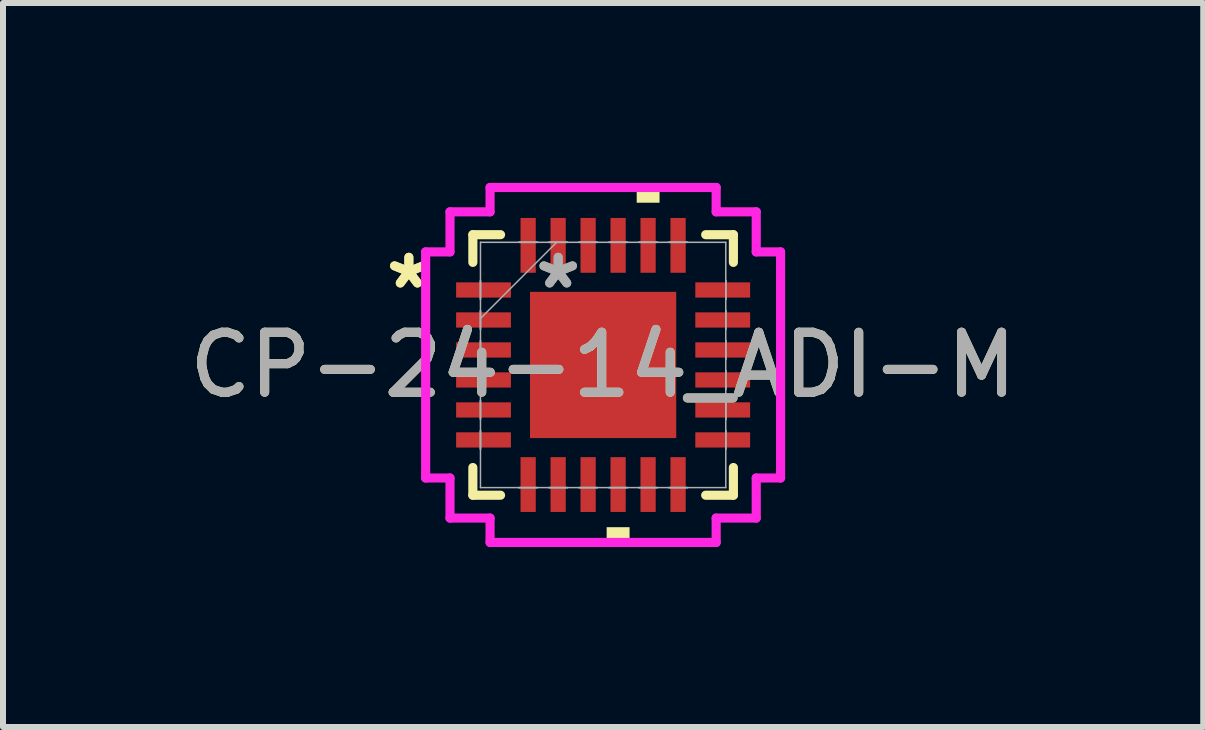
<source format=kicad_pcb>
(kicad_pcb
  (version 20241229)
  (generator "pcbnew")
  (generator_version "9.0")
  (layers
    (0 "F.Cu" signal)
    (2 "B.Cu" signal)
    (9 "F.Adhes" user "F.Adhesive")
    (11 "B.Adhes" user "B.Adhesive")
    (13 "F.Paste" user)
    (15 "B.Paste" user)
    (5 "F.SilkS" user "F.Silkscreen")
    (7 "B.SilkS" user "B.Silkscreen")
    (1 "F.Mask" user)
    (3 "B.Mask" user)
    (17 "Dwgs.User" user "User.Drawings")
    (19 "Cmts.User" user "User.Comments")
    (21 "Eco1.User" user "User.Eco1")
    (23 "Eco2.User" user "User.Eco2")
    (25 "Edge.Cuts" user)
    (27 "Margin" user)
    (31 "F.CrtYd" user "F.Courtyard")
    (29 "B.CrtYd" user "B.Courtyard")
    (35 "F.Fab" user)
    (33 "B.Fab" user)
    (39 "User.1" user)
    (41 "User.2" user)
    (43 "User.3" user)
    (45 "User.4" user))
  (footprint "CP-24-14_ADI-M"
    (layer "F.Cu")
    (at 7.006 3.035)
    (property "Reference" "CP-24-14_ADI-M" (at 0 0 0) (unlocked yes) (layer "F.SilkS") (effects (font (size 1 1) (thickness 0.15))))
    (attr smd)
    (fp_line (start -2.172 -2.172) (end -2.172 -1.71) (stroke (width 0.152) (type solid)) (layer "F.SilkS"))
    (fp_line (start -2.172 1.71) (end -2.172 2.172) (stroke (width 0.152) (type solid)) (layer "F.SilkS"))
    (fp_line (start -2.172 2.172) (end -1.71 2.172) (stroke (width 0.152) (type solid)) (layer "F.SilkS"))
    (fp_line (start -1.71 -2.172) (end -2.172 -2.172) (stroke (width 0.152) (type solid)) (layer "F.SilkS"))
    (fp_line (start 1.71 2.172) (end 2.172 2.172) (stroke (width 0.152) (type solid)) (layer "F.SilkS"))
    (fp_line (start 2.172 -2.172) (end 1.71 -2.172) (stroke (width 0.152) (type solid)) (layer "F.SilkS"))
    (fp_line (start 2.172 -1.71) (end 2.172 -2.172) (stroke (width 0.152) (type solid)) (layer "F.SilkS"))
    (fp_line (start 2.172 2.172) (end 2.172 1.71) (stroke (width 0.152) (type solid)) (layer "F.SilkS"))
    (fp_poly (pts (xy 0.059 2.705) (xy 0.059 2.959) (xy 0.441 2.959) (xy 0.441 2.705)) (stroke (width 0) (type solid)) (fill yes) (layer "F.SilkS"))
    (fp_poly (pts (xy 0.56 -2.705) (xy 0.56 -2.959) (xy 0.941 -2.959) (xy 0.941 -2.705)) (stroke (width 0) (type solid)) (fill yes) (layer "F.SilkS"))
    (fp_line (start -2.959 -1.885) (end -2.553 -1.885) (stroke (width 0.152) (type solid)) (layer "F.CrtYd"))
    (fp_line (start -2.959 1.885) (end -2.959 -1.885) (stroke (width 0.152) (type solid)) (layer "F.CrtYd"))
    (fp_line (start -2.553 -2.553) (end -1.885 -2.553) (stroke (width 0.152) (type solid)) (layer "F.CrtYd"))
    (fp_line (start -2.553 -1.885) (end -2.553 -2.553) (stroke (width 0.152) (type solid)) (layer "F.CrtYd"))
    (fp_line (start -2.553 1.885) (end -2.959 1.885) (stroke (width 0.152) (type solid)) (layer "F.CrtYd"))
    (fp_line (start -2.553 2.553) (end -2.553 1.885) (stroke (width 0.152) (type solid)) (layer "F.CrtYd"))
    (fp_line (start -1.885 -2.959) (end 1.885 -2.959) (stroke (width 0.152) (type solid)) (layer "F.CrtYd"))
    (fp_line (start -1.885 -2.553) (end -1.885 -2.959) (stroke (width 0.152) (type solid)) (layer "F.CrtYd"))
    (fp_line (start -1.885 2.553) (end -2.553 2.553) (stroke (width 0.152) (type solid)) (layer "F.CrtYd"))
    (fp_line (start -1.885 2.959) (end -1.885 2.553) (stroke (width 0.152) (type solid)) (layer "F.CrtYd"))
    (fp_line (start 1.885 -2.959) (end 1.885 -2.553) (stroke (width 0.152) (type solid)) (layer "F.CrtYd"))
    (fp_line (start 1.885 -2.553) (end 2.553 -2.553) (stroke (width 0.152) (type solid)) (layer "F.CrtYd"))
    (fp_line (start 1.885 2.553) (end 1.885 2.959) (stroke (width 0.152) (type solid)) (layer "F.CrtYd"))
    (fp_line (start 1.885 2.959) (end -1.885 2.959) (stroke (width 0.152) (type solid)) (layer "F.CrtYd"))
    (fp_line (start 2.553 -2.553) (end 2.553 -1.885) (stroke (width 0.152) (type solid)) (layer "F.CrtYd"))
    (fp_line (start 2.553 -1.885) (end 2.959 -1.885) (stroke (width 0.152) (type solid)) (layer "F.CrtYd"))
    (fp_line (start 2.553 1.885) (end 2.553 2.553) (stroke (width 0.152) (type solid)) (layer "F.CrtYd"))
    (fp_line (start 2.553 2.553) (end 1.885 2.553) (stroke (width 0.152) (type solid)) (layer "F.CrtYd"))
    (fp_line (start 2.959 -1.885) (end 2.959 1.885) (stroke (width 0.152) (type solid)) (layer "F.CrtYd"))
    (fp_line (start 2.959 1.885) (end 2.553 1.885) (stroke (width 0.152) (type solid)) (layer "F.CrtYd"))
    (fp_line (start -2.045 -2.045) (end -2.045 2.045) (stroke (width 0.025) (type solid)) (layer "F.Fab"))
    (fp_line (start -2.045 -1.402) (end -2.045 -1.402) (stroke (width 0.025) (type solid)) (layer "F.Fab"))
    (fp_line (start -2.045 -1.402) (end -2.045 -1.098) (stroke (width 0.025) (type solid)) (layer "F.Fab"))
    (fp_line (start -2.045 -1.098) (end -2.045 -1.402) (stroke (width 0.025) (type solid)) (layer "F.Fab"))
    (fp_line (start -2.045 -1.098) (end -2.045 -1.098) (stroke (width 0.025) (type solid)) (layer "F.Fab"))
    (fp_line (start -2.045 -0.902) (end -2.045 -0.902) (stroke (width 0.025) (type solid)) (layer "F.Fab"))
    (fp_line (start -2.045 -0.902) (end -2.045 -0.598) (stroke (width 0.025) (type solid)) (layer "F.Fab"))
    (fp_line (start -2.045 -0.775) (end -0.775 -2.045) (stroke (width 0.025) (type solid)) (layer "F.Fab"))
    (fp_line (start -2.045 -0.598) (end -2.045 -0.902) (stroke (width 0.025) (type solid)) (layer "F.Fab"))
    (fp_line (start -2.045 -0.598) (end -2.045 -0.598) (stroke (width 0.025) (type solid)) (layer "F.Fab"))
    (fp_line (start -2.045 -0.402) (end -2.045 -0.402) (stroke (width 0.025) (type solid)) (layer "F.Fab"))
    (fp_line (start -2.045 -0.402) (end -2.045 -0.098) (stroke (width 0.025) (type solid)) (layer "F.Fab"))
    (fp_line (start -2.045 -0.098) (end -2.045 -0.402) (stroke (width 0.025) (type solid)) (layer "F.Fab"))
    (fp_line (start -2.045 -0.098) (end -2.045 -0.098) (stroke (width 0.025) (type solid)) (layer "F.Fab"))
    (fp_line (start -2.045 0.098) (end -2.045 0.098) (stroke (width 0.025) (type solid)) (layer "F.Fab"))
    (fp_line (start -2.045 0.098) (end -2.045 0.402) (stroke (width 0.025) (type solid)) (layer "F.Fab"))
    (fp_line (start -2.045 0.402) (end -2.045 0.098) (stroke (width 0.025) (type solid)) (layer "F.Fab"))
    (fp_line (start -2.045 0.402) (end -2.045 0.402) (stroke (width 0.025) (type solid)) (layer "F.Fab"))
    (fp_line (start -2.045 0.598) (end -2.045 0.598) (stroke (width 0.025) (type solid)) (layer "F.Fab"))
    (fp_line (start -2.045 0.598) (end -2.045 0.902) (stroke (width 0.025) (type solid)) (layer "F.Fab"))
    (fp_line (start -2.045 0.902) (end -2.045 0.598) (stroke (width 0.025) (type solid)) (layer "F.Fab"))
    (fp_line (start -2.045 0.902) (end -2.045 0.902) (stroke (width 0.025) (type solid)) (layer "F.Fab"))
    (fp_line (start -2.045 1.098) (end -2.045 1.098) (stroke (width 0.025) (type solid)) (layer "F.Fab"))
    (fp_line (start -2.045 1.098) (end -2.045 1.402) (stroke (width 0.025) (type solid)) (layer "F.Fab"))
    (fp_line (start -2.045 1.402) (end -2.045 1.098) (stroke (width 0.025) (type solid)) (layer "F.Fab"))
    (fp_line (start -2.045 1.402) (end -2.045 1.402) (stroke (width 0.025) (type solid)) (layer "F.Fab"))
    (fp_line (start -2.045 2.045) (end 2.045 2.045) (stroke (width 0.025) (type solid)) (layer "F.Fab"))
    (fp_line (start -1.402 -2.045) (end -1.402 -2.045) (stroke (width 0.025) (type solid)) (layer "F.Fab"))
    (fp_line (start -1.402 -2.045) (end -1.098 -2.045) (stroke (width 0.025) (type solid)) (layer "F.Fab"))
    (fp_line (start -1.402 2.045) (end -1.402 2.045) (stroke (width 0.025) (type solid)) (layer "F.Fab"))
    (fp_line (start -1.402 2.045) (end -1.098 2.045) (stroke (width 0.025) (type solid)) (layer "F.Fab"))
    (fp_line (start -1.098 -2.045) (end -1.402 -2.045) (stroke (width 0.025) (type solid)) (layer "F.Fab"))
    (fp_line (start -1.098 -2.045) (end -1.098 -2.045) (stroke (width 0.025) (type solid)) (layer "F.Fab"))
    (fp_line (start -1.098 2.045) (end -1.402 2.045) (stroke (width 0.025) (type solid)) (layer "F.Fab"))
    (fp_line (start -1.098 2.045) (end -1.098 2.045) (stroke (width 0.025) (type solid)) (layer "F.Fab"))
    (fp_line (start -0.902 -2.045) (end -0.902 -2.045) (stroke (width 0.025) (type solid)) (layer "F.Fab"))
    (fp_line (start -0.902 -2.045) (end -0.598 -2.045) (stroke (width 0.025) (type solid)) (layer "F.Fab"))
    (fp_line (start -0.902 2.045) (end -0.902 2.045) (stroke (width 0.025) (type solid)) (layer "F.Fab"))
    (fp_line (start -0.902 2.045) (end -0.598 2.045) (stroke (width 0.025) (type solid)) (layer "F.Fab"))
    (fp_line (start -0.598 -2.045) (end -0.902 -2.045) (stroke (width 0.025) (type solid)) (layer "F.Fab"))
    (fp_line (start -0.598 -2.045) (end -0.598 -2.045) (stroke (width 0.025) (type solid)) (layer "F.Fab"))
    (fp_line (start -0.598 2.045) (end -0.902 2.045) (stroke (width 0.025) (type solid)) (layer "F.Fab"))
    (fp_line (start -0.598 2.045) (end -0.598 2.045) (stroke (width 0.025) (type solid)) (layer "F.Fab"))
    (fp_line (start -0.402 -2.045) (end -0.402 -2.045) (stroke (width 0.025) (type solid)) (layer "F.Fab"))
    (fp_line (start -0.402 -2.045) (end -0.098 -2.045) (stroke (width 0.025) (type solid)) (layer "F.Fab"))
    (fp_line (start -0.402 2.045) (end -0.402 2.045) (stroke (width 0.025) (type solid)) (layer "F.Fab"))
    (fp_line (start -0.402 2.045) (end -0.098 2.045) (stroke (width 0.025) (type solid)) (layer "F.Fab"))
    (fp_line (start -0.098 -2.045) (end -0.402 -2.045) (stroke (width 0.025) (type solid)) (layer "F.Fab"))
    (fp_line (start -0.098 -2.045) (end -0.098 -2.045) (stroke (width 0.025) (type solid)) (layer "F.Fab"))
    (fp_line (start -0.098 2.045) (end -0.402 2.045) (stroke (width 0.025) (type solid)) (layer "F.Fab"))
    (fp_line (start -0.098 2.045) (end -0.098 2.045) (stroke (width 0.025) (type solid)) (layer "F.Fab"))
    (fp_line (start 0.098 -2.045) (end 0.098 -2.045) (stroke (width 0.025) (type solid)) (layer "F.Fab"))
    (fp_line (start 0.098 -2.045) (end 0.402 -2.045) (stroke (width 0.025) (type solid)) (layer "F.Fab"))
    (fp_line (start 0.098 2.045) (end 0.098 2.045) (stroke (width 0.025) (type solid)) (layer "F.Fab"))
    (fp_line (start 0.098 2.045) (end 0.402 2.045) (stroke (width 0.025) (type solid)) (layer "F.Fab"))
    (fp_line (start 0.402 -2.045) (end 0.098 -2.045) (stroke (width 0.025) (type solid)) (layer "F.Fab"))
    (fp_line (start 0.402 -2.045) (end 0.402 -2.045) (stroke (width 0.025) (type solid)) (layer "F.Fab"))
    (fp_line (start 0.402 2.045) (end 0.098 2.045) (stroke (width 0.025) (type solid)) (layer "F.Fab"))
    (fp_line (start 0.402 2.045) (end 0.402 2.045) (stroke (width 0.025) (type solid)) (layer "F.Fab"))
    (fp_line (start 0.598 -2.045) (end 0.598 -2.045) (stroke (width 0.025) (type solid)) (layer "F.Fab"))
    (fp_line (start 0.598 -2.045) (end 0.902 -2.045) (stroke (width 0.025) (type solid)) (layer "F.Fab"))
    (fp_line (start 0.598 2.045) (end 0.598 2.045) (stroke (width 0.025) (type solid)) (layer "F.Fab"))
    (fp_line (start 0.598 2.045) (end 0.902 2.045) (stroke (width 0.025) (type solid)) (layer "F.Fab"))
    (fp_line (start 0.902 -2.045) (end 0.598 -2.045) (stroke (width 0.025) (type solid)) (layer "F.Fab"))
    (fp_line (start 0.902 -2.045) (end 0.902 -2.045) (stroke (width 0.025) (type solid)) (layer "F.Fab"))
    (fp_line (start 0.902 2.045) (end 0.598 2.045) (stroke (width 0.025) (type solid)) (layer "F.Fab"))
    (fp_line (start 0.902 2.045) (end 0.902 2.045) (stroke (width 0.025) (type solid)) (layer "F.Fab"))
    (fp_line (start 1.098 -2.045) (end 1.098 -2.045) (stroke (width 0.025) (type solid)) (layer "F.Fab"))
    (fp_line (start 1.098 -2.045) (end 1.402 -2.045) (stroke (width 0.025) (type solid)) (layer "F.Fab"))
    (fp_line (start 1.098 2.045) (end 1.098 2.045) (stroke (width 0.025) (type solid)) (layer "F.Fab"))
    (fp_line (start 1.098 2.045) (end 1.402 2.045) (stroke (width 0.025) (type solid)) (layer "F.Fab"))
    (fp_line (start 1.402 -2.045) (end 1.098 -2.045) (stroke (width 0.025) (type solid)) (layer "F.Fab"))
    (fp_line (start 1.402 -2.045) (end 1.402 -2.045) (stroke (width 0.025) (type solid)) (layer "F.Fab"))
    (fp_line (start 1.402 2.045) (end 1.098 2.045) (stroke (width 0.025) (type solid)) (layer "F.Fab"))
    (fp_line (start 1.402 2.045) (end 1.402 2.045) (stroke (width 0.025) (type solid)) (layer "F.Fab"))
    (fp_line (start 2.045 -2.045) (end -2.045 -2.045) (stroke (width 0.025) (type solid)) (layer "F.Fab"))
    (fp_line (start 2.045 -1.402) (end 2.045 -1.402) (stroke (width 0.025) (type solid)) (layer "F.Fab"))
    (fp_line (start 2.045 -1.402) (end 2.045 -1.098) (stroke (width 0.025) (type solid)) (layer "F.Fab"))
    (fp_line (start 2.045 -1.098) (end 2.045 -1.402) (stroke (width 0.025) (type solid)) (layer "F.Fab"))
    (fp_line (start 2.045 -1.098) (end 2.045 -1.098) (stroke (width 0.025) (type solid)) (layer "F.Fab"))
    (fp_line (start 2.045 -0.902) (end 2.045 -0.902) (stroke (width 0.025) (type solid)) (layer "F.Fab"))
    (fp_line (start 2.045 -0.902) (end 2.045 -0.598) (stroke (width 0.025) (type solid)) (layer "F.Fab"))
    (fp_line (start 2.045 -0.598) (end 2.045 -0.902) (stroke (width 0.025) (type solid)) (layer "F.Fab"))
    (fp_line (start 2.045 -0.598) (end 2.045 -0.598) (stroke (width 0.025) (type solid)) (layer "F.Fab"))
    (fp_line (start 2.045 -0.402) (end 2.045 -0.402) (stroke (width 0.025) (type solid)) (layer "F.Fab"))
    (fp_line (start 2.045 -0.402) (end 2.045 -0.098) (stroke (width 0.025) (type solid)) (layer "F.Fab"))
    (fp_line (start 2.045 -0.098) (end 2.045 -0.402) (stroke (width 0.025) (type solid)) (layer "F.Fab"))
    (fp_line (start 2.045 -0.098) (end 2.045 -0.098) (stroke (width 0.025) (type solid)) (layer "F.Fab"))
    (fp_line (start 2.045 0.098) (end 2.045 0.098) (stroke (width 0.025) (type solid)) (layer "F.Fab"))
    (fp_line (start 2.045 0.098) (end 2.045 0.402) (stroke (width 0.025) (type solid)) (layer "F.Fab"))
    (fp_line (start 2.045 0.402) (end 2.045 0.098) (stroke (width 0.025) (type solid)) (layer "F.Fab"))
    (fp_line (start 2.045 0.402) (end 2.045 0.402) (stroke (width 0.025) (type solid)) (layer "F.Fab"))
    (fp_line (start 2.045 0.598) (end 2.045 0.598) (stroke (width 0.025) (type solid)) (layer "F.Fab"))
    (fp_line (start 2.045 0.598) (end 2.045 0.902) (stroke (width 0.025) (type solid)) (layer "F.Fab"))
    (fp_line (start 2.045 0.902) (end 2.045 0.598) (stroke (width 0.025) (type solid)) (layer "F.Fab"))
    (fp_line (start 2.045 0.902) (end 2.045 0.902) (stroke (width 0.025) (type solid)) (layer "F.Fab"))
    (fp_line (start 2.045 1.098) (end 2.045 1.098) (stroke (width 0.025) (type solid)) (layer "F.Fab"))
    (fp_line (start 2.045 1.098) (end 2.045 1.402) (stroke (width 0.025) (type solid)) (layer "F.Fab"))
    (fp_line (start 2.045 1.402) (end 2.045 1.098) (stroke (width 0.025) (type solid)) (layer "F.Fab"))
    (fp_line (start 2.045 1.402) (end 2.045 1.402) (stroke (width 0.025) (type solid)) (layer "F.Fab"))
    (fp_line (start 2.045 2.045) (end 2.045 -2.045) (stroke (width 0.025) (type solid)) (layer "F.Fab"))
    (fp_text user "*" (at -3.239 -1.25 0) (layer "F.SilkS") (effects (font (size 1 1) (thickness 0.15))))
    (fp_text user "*" (at -3.239 -1.25 0) (unlocked yes) (layer "F.SilkS") (effects (font (size 1 1) (thickness 0.15))))
    (fp_text user "${REFERENCE}" (at 0 0 0) (unlocked yes) (layer "F.Fab") (effects (font (size 1 1) (thickness 0.15))))
    (fp_text user "*" (at -0.749 -1.25 0) (unlocked yes) (layer "F.Fab") (effects (font (size 1 1) (thickness 0.15))))
    (fp_text user "*" (at -0.749 -1.25 0) (layer "F.Fab") (effects (font (size 1 1) (thickness 0.15))))
    (pad "1" smd rect (at -1.994 -1.25 90) (size 0.254 0.914) (layers "F.Cu" "F.Mask" "F.Paste"))
    (pad "2" smd rect (at -1.994 -0.75 90) (size 0.254 0.914) (layers "F.Cu" "F.Mask" "F.Paste"))
    (pad "3" smd rect (at -1.994 -0.25 90) (size 0.254 0.914) (layers "F.Cu" "F.Mask" "F.Paste"))
    (pad "4" smd rect (at -1.994 0.25 90) (size 0.254 0.914) (layers "F.Cu" "F.Mask" "F.Paste"))
    (pad "5" smd rect (at -1.994 0.75 90) (size 0.254 0.914) (layers "F.Cu" "F.Mask" "F.Paste"))
    (pad "6" smd rect (at -1.994 1.25 90) (size 0.254 0.914) (layers "F.Cu" "F.Mask" "F.Paste"))
    (pad "7" smd rect (at -1.25 1.994) (size 0.254 0.914) (layers "F.Cu" "F.Mask" "F.Paste"))
    (pad "8" smd rect (at -0.75 1.994) (size 0.254 0.914) (layers "F.Cu" "F.Mask" "F.Paste"))
    (pad "9" smd rect (at -0.25 1.994) (size 0.254 0.914) (layers "F.Cu" "F.Mask" "F.Paste"))
    (pad "10" smd rect (at 0.25 1.994) (size 0.254 0.914) (layers "F.Cu" "F.Mask" "F.Paste"))
    (pad "11" smd rect (at 0.75 1.994) (size 0.254 0.914) (layers "F.Cu" "F.Mask" "F.Paste"))
    (pad "12" smd rect (at 1.25 1.994) (size 0.254 0.914) (layers "F.Cu" "F.Mask" "F.Paste"))
    (pad "13" smd rect (at 1.994 1.25 90) (size 0.254 0.914) (layers "F.Cu" "F.Mask" "F.Paste"))
    (pad "14" smd rect (at 1.994 0.75 90) (size 0.254 0.914) (layers "F.Cu" "F.Mask" "F.Paste"))
    (pad "15" smd rect (at 1.994 0.25 90) (size 0.254 0.914) (layers "F.Cu" "F.Mask" "F.Paste"))
    (pad "16" smd rect (at 1.994 -0.25 90) (size 0.254 0.914) (layers "F.Cu" "F.Mask" "F.Paste"))
    (pad "17" smd rect (at 1.994 -0.75 90) (size 0.254 0.914) (layers "F.Cu" "F.Mask" "F.Paste"))
    (pad "18" smd rect (at 1.994 -1.25 90) (size 0.254 0.914) (layers "F.Cu" "F.Mask" "F.Paste"))
    (pad "19" smd rect (at 1.25 -1.994) (size 0.254 0.914) (layers "F.Cu" "F.Mask" "F.Paste"))
    (pad "20" smd rect (at 0.75 -1.994) (size 0.254 0.914) (layers "F.Cu" "F.Mask" "F.Paste"))
    (pad "21" smd rect (at 0.25 -1.994) (size 0.254 0.914) (layers "F.Cu" "F.Mask" "F.Paste"))
    (pad "22" smd rect (at -0.25 -1.994) (size 0.254 0.914) (layers "F.Cu" "F.Mask" "F.Paste"))
    (pad "23" smd rect (at -0.75 -1.994) (size 0.254 0.914) (layers "F.Cu" "F.Mask" "F.Paste"))
    (pad "24" smd rect (at -1.25 -1.994) (size 0.254 0.914) (layers "F.Cu" "F.Mask" "F.Paste"))
    (pad "25" smd rect (at 0 0) (size 2.438 2.438) (layers "F.Cu" "F.Mask" "F.Paste")))
  (gr_rect
    (start -3 -3)
    (end 17.012 9.071)
    (stroke (width 0.1) (type default))
    (fill no)
    (layer "Edge.Cuts")))
</source>
